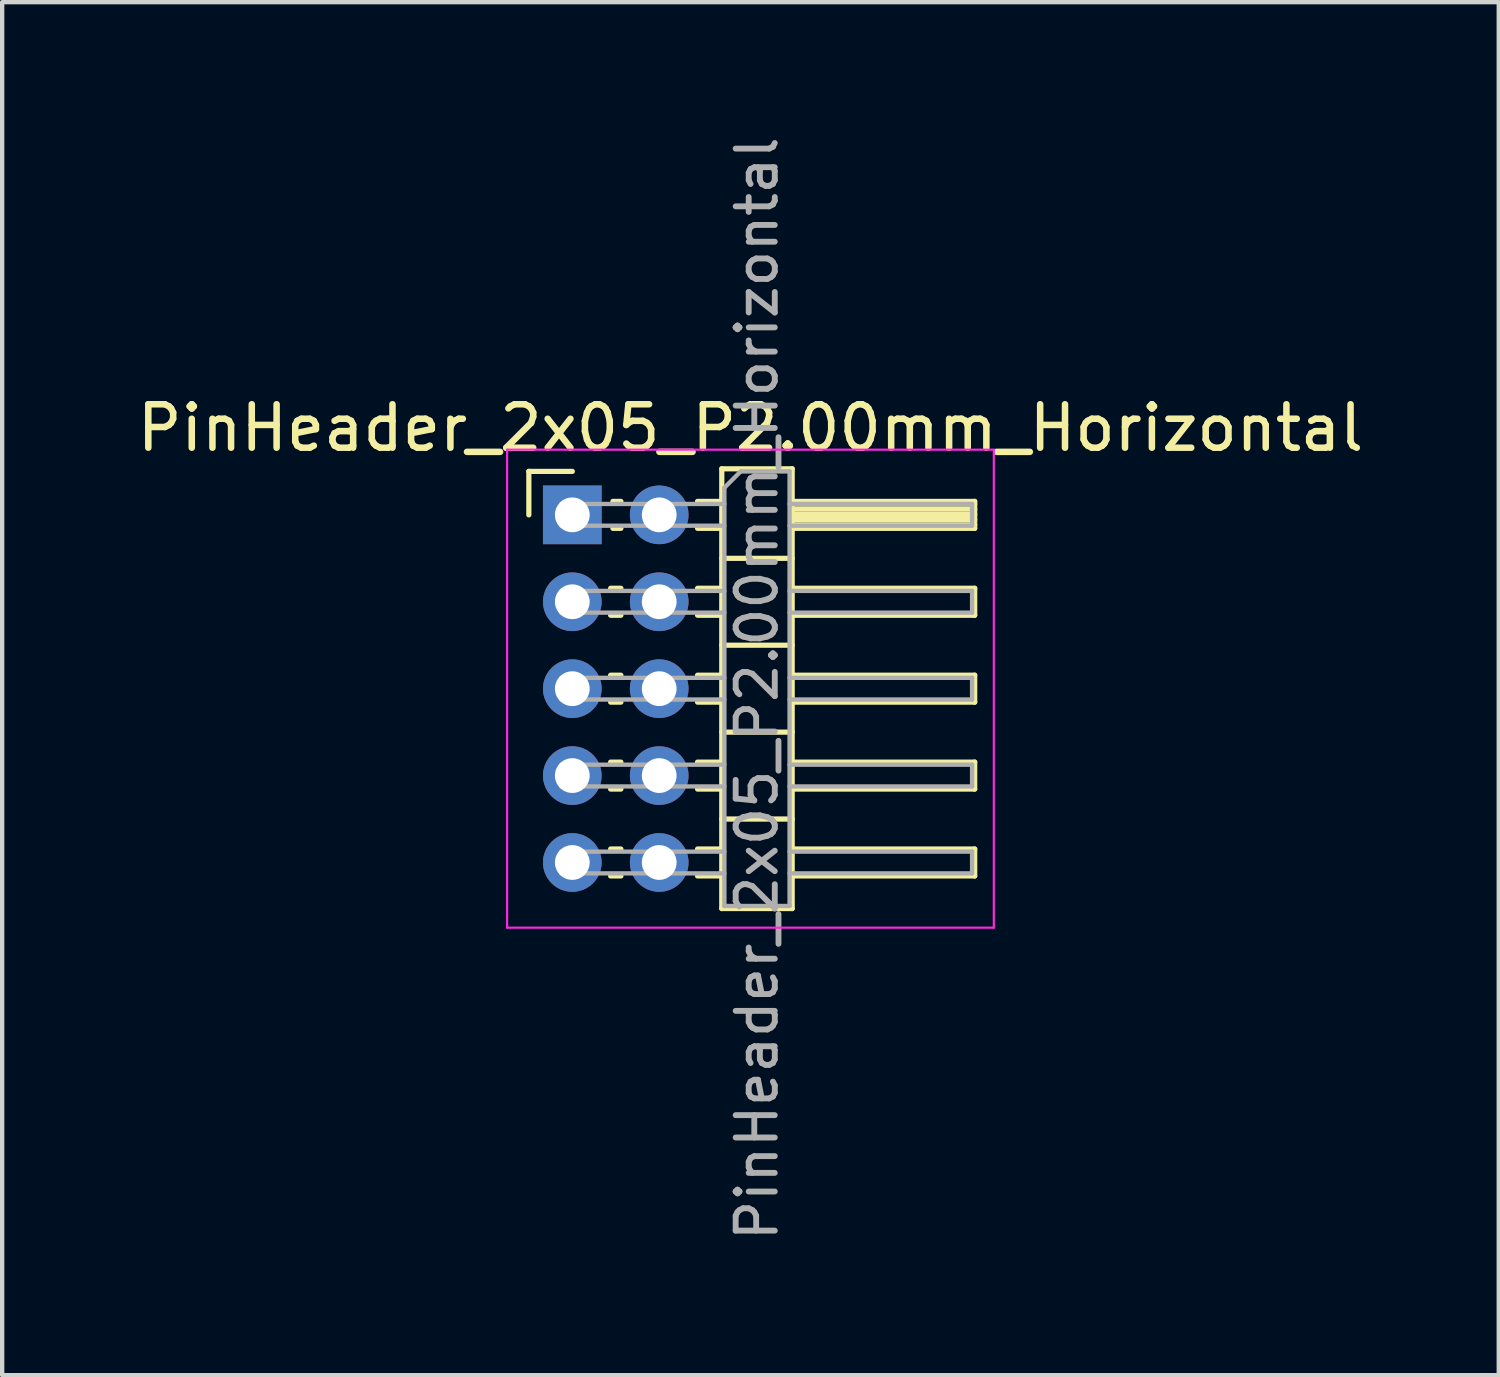
<source format=kicad_pcb>
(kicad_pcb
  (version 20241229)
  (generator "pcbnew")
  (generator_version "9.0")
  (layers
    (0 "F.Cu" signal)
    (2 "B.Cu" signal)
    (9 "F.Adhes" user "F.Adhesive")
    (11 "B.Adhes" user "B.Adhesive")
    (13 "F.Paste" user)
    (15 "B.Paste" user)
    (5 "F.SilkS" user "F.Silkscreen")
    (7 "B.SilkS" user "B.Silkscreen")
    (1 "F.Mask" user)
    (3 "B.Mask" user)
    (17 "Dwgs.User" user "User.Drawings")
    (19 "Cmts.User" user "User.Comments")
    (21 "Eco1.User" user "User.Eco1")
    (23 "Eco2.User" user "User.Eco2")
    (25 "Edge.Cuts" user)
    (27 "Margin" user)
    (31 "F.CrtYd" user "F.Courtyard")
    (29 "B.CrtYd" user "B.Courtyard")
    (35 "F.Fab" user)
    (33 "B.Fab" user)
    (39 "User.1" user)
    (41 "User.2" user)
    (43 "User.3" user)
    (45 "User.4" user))
  (footprint "PinHeader_2x05_P2.00mm_Horizontal"
    (layer "F.Cu")
    (at 10.12 8.798)
    (property "Reference" "PinHeader_2x05_P2.00mm_Horizontal" (at 4.1 -2 0) (layer "F.SilkS") (effects (font (size 1 1) (thickness 0.15))))
    (attr through_hole)
    (fp_line (start -1 -1) (end 0 -1) (stroke (width 0.12) (type solid)) (layer "F.SilkS"))
    (fp_line (start -1 0) (end -1 -1) (stroke (width 0.12) (type solid)) (layer "F.SilkS"))
    (fp_line (start 0.882 1.69) (end 1.118 1.69) (stroke (width 0.12) (type solid)) (layer "F.SilkS"))
    (fp_line (start 0.882 2.31) (end 1.118 2.31) (stroke (width 0.12) (type solid)) (layer "F.SilkS"))
    (fp_line (start 0.882 3.69) (end 1.118 3.69) (stroke (width 0.12) (type solid)) (layer "F.SilkS"))
    (fp_line (start 0.882 4.31) (end 1.118 4.31) (stroke (width 0.12) (type solid)) (layer "F.SilkS"))
    (fp_line (start 0.882 5.69) (end 1.118 5.69) (stroke (width 0.12) (type solid)) (layer "F.SilkS"))
    (fp_line (start 0.882 6.31) (end 1.118 6.31) (stroke (width 0.12) (type solid)) (layer "F.SilkS"))
    (fp_line (start 0.882 7.69) (end 1.118 7.69) (stroke (width 0.12) (type solid)) (layer "F.SilkS"))
    (fp_line (start 0.882 8.31) (end 1.118 8.31) (stroke (width 0.12) (type solid)) (layer "F.SilkS"))
    (fp_line (start 0.935 -0.31) (end 1.118 -0.31) (stroke (width 0.12) (type solid)) (layer "F.SilkS"))
    (fp_line (start 0.935 0.31) (end 1.118 0.31) (stroke (width 0.12) (type solid)) (layer "F.SilkS"))
    (fp_line (start 2.882 -0.31) (end 3.44 -0.31) (stroke (width 0.12) (type solid)) (layer "F.SilkS"))
    (fp_line (start 2.882 0.31) (end 3.44 0.31) (stroke (width 0.12) (type solid)) (layer "F.SilkS"))
    (fp_line (start 2.882 1.69) (end 3.44 1.69) (stroke (width 0.12) (type solid)) (layer "F.SilkS"))
    (fp_line (start 2.882 2.31) (end 3.44 2.31) (stroke (width 0.12) (type solid)) (layer "F.SilkS"))
    (fp_line (start 2.882 3.69) (end 3.44 3.69) (stroke (width 0.12) (type solid)) (layer "F.SilkS"))
    (fp_line (start 2.882 4.31) (end 3.44 4.31) (stroke (width 0.12) (type solid)) (layer "F.SilkS"))
    (fp_line (start 2.882 5.69) (end 3.44 5.69) (stroke (width 0.12) (type solid)) (layer "F.SilkS"))
    (fp_line (start 2.882 6.31) (end 3.44 6.31) (stroke (width 0.12) (type solid)) (layer "F.SilkS"))
    (fp_line (start 2.882 7.69) (end 3.44 7.69) (stroke (width 0.12) (type solid)) (layer "F.SilkS"))
    (fp_line (start 2.882 8.31) (end 3.44 8.31) (stroke (width 0.12) (type solid)) (layer "F.SilkS"))
    (fp_line (start 3.44 -1.06) (end 3.44 9.06) (stroke (width 0.12) (type solid)) (layer "F.SilkS"))
    (fp_line (start 3.44 1) (end 5.06 1) (stroke (width 0.12) (type solid)) (layer "F.SilkS"))
    (fp_line (start 3.44 3) (end 5.06 3) (stroke (width 0.12) (type solid)) (layer "F.SilkS"))
    (fp_line (start 3.44 5) (end 5.06 5) (stroke (width 0.12) (type solid)) (layer "F.SilkS"))
    (fp_line (start 3.44 7) (end 5.06 7) (stroke (width 0.12) (type solid)) (layer "F.SilkS"))
    (fp_line (start 3.44 9.06) (end 5.06 9.06) (stroke (width 0.12) (type solid)) (layer "F.SilkS"))
    (fp_line (start 5.06 -1.06) (end 3.44 -1.06) (stroke (width 0.12) (type solid)) (layer "F.SilkS"))
    (fp_line (start 5.06 -0.31) (end 9.26 -0.31) (stroke (width 0.12) (type solid)) (layer "F.SilkS"))
    (fp_line (start 5.06 -0.25) (end 9.26 -0.25) (stroke (width 0.12) (type solid)) (layer "F.SilkS"))
    (fp_line (start 5.06 -0.13) (end 9.26 -0.13) (stroke (width 0.12) (type solid)) (layer "F.SilkS"))
    (fp_line (start 5.06 -0.01) (end 9.26 -0.01) (stroke (width 0.12) (type solid)) (layer "F.SilkS"))
    (fp_line (start 5.06 0.11) (end 9.26 0.11) (stroke (width 0.12) (type solid)) (layer "F.SilkS"))
    (fp_line (start 5.06 0.23) (end 9.26 0.23) (stroke (width 0.12) (type solid)) (layer "F.SilkS"))
    (fp_line (start 5.06 1.69) (end 9.26 1.69) (stroke (width 0.12) (type solid)) (layer "F.SilkS"))
    (fp_line (start 5.06 3.69) (end 9.26 3.69) (stroke (width 0.12) (type solid)) (layer "F.SilkS"))
    (fp_line (start 5.06 5.69) (end 9.26 5.69) (stroke (width 0.12) (type solid)) (layer "F.SilkS"))
    (fp_line (start 5.06 7.69) (end 9.26 7.69) (stroke (width 0.12) (type solid)) (layer "F.SilkS"))
    (fp_line (start 5.06 9.06) (end 5.06 -1.06) (stroke (width 0.12) (type solid)) (layer "F.SilkS"))
    (fp_line (start 9.26 -0.31) (end 9.26 0.31) (stroke (width 0.12) (type solid)) (layer "F.SilkS"))
    (fp_line (start 9.26 0.31) (end 5.06 0.31) (stroke (width 0.12) (type solid)) (layer "F.SilkS"))
    (fp_line (start 9.26 1.69) (end 9.26 2.31) (stroke (width 0.12) (type solid)) (layer "F.SilkS"))
    (fp_line (start 9.26 2.31) (end 5.06 2.31) (stroke (width 0.12) (type solid)) (layer "F.SilkS"))
    (fp_line (start 9.26 3.69) (end 9.26 4.31) (stroke (width 0.12) (type solid)) (layer "F.SilkS"))
    (fp_line (start 9.26 4.31) (end 5.06 4.31) (stroke (width 0.12) (type solid)) (layer "F.SilkS"))
    (fp_line (start 9.26 5.69) (end 9.26 6.31) (stroke (width 0.12) (type solid)) (layer "F.SilkS"))
    (fp_line (start 9.26 6.31) (end 5.06 6.31) (stroke (width 0.12) (type solid)) (layer "F.SilkS"))
    (fp_line (start 9.26 7.69) (end 9.26 8.31) (stroke (width 0.12) (type solid)) (layer "F.SilkS"))
    (fp_line (start 9.26 8.31) (end 5.06 8.31) (stroke (width 0.12) (type solid)) (layer "F.SilkS"))
    (fp_line (start -1.5 -1.5) (end -1.5 9.5) (stroke (width 0.05) (type solid)) (layer "F.CrtYd"))
    (fp_line (start -1.5 9.5) (end 9.7 9.5) (stroke (width 0.05) (type solid)) (layer "F.CrtYd"))
    (fp_line (start 9.7 -1.5) (end -1.5 -1.5) (stroke (width 0.05) (type solid)) (layer "F.CrtYd"))
    (fp_line (start 9.7 9.5) (end 9.7 -1.5) (stroke (width 0.05) (type solid)) (layer "F.CrtYd"))
    (fp_line (start -0.25 -0.25) (end -0.25 0.25) (stroke (width 0.1) (type solid)) (layer "F.Fab"))
    (fp_line (start -0.25 -0.25) (end 3.5 -0.25) (stroke (width 0.1) (type solid)) (layer "F.Fab"))
    (fp_line (start -0.25 0.25) (end 3.5 0.25) (stroke (width 0.1) (type solid)) (layer "F.Fab"))
    (fp_line (start -0.25 1.75) (end -0.25 2.25) (stroke (width 0.1) (type solid)) (layer "F.Fab"))
    (fp_line (start -0.25 1.75) (end 3.5 1.75) (stroke (width 0.1) (type solid)) (layer "F.Fab"))
    (fp_line (start -0.25 2.25) (end 3.5 2.25) (stroke (width 0.1) (type solid)) (layer "F.Fab"))
    (fp_line (start -0.25 3.75) (end -0.25 4.25) (stroke (width 0.1) (type solid)) (layer "F.Fab"))
    (fp_line (start -0.25 3.75) (end 3.5 3.75) (stroke (width 0.1) (type solid)) (layer "F.Fab"))
    (fp_line (start -0.25 4.25) (end 3.5 4.25) (stroke (width 0.1) (type solid)) (layer "F.Fab"))
    (fp_line (start -0.25 5.75) (end -0.25 6.25) (stroke (width 0.1) (type solid)) (layer "F.Fab"))
    (fp_line (start -0.25 5.75) (end 3.5 5.75) (stroke (width 0.1) (type solid)) (layer "F.Fab"))
    (fp_line (start -0.25 6.25) (end 3.5 6.25) (stroke (width 0.1) (type solid)) (layer "F.Fab"))
    (fp_line (start -0.25 7.75) (end -0.25 8.25) (stroke (width 0.1) (type solid)) (layer "F.Fab"))
    (fp_line (start -0.25 7.75) (end 3.5 7.75) (stroke (width 0.1) (type solid)) (layer "F.Fab"))
    (fp_line (start -0.25 8.25) (end 3.5 8.25) (stroke (width 0.1) (type solid)) (layer "F.Fab"))
    (fp_line (start 3.5 -0.625) (end 3.875 -1) (stroke (width 0.1) (type solid)) (layer "F.Fab"))
    (fp_line (start 3.5 9) (end 3.5 -0.625) (stroke (width 0.1) (type solid)) (layer "F.Fab"))
    (fp_line (start 3.875 -1) (end 5 -1) (stroke (width 0.1) (type solid)) (layer "F.Fab"))
    (fp_line (start 5 -1) (end 5 9) (stroke (width 0.1) (type solid)) (layer "F.Fab"))
    (fp_line (start 5 -0.25) (end 9.2 -0.25) (stroke (width 0.1) (type solid)) (layer "F.Fab"))
    (fp_line (start 5 0.25) (end 9.2 0.25) (stroke (width 0.1) (type solid)) (layer "F.Fab"))
    (fp_line (start 5 1.75) (end 9.2 1.75) (stroke (width 0.1) (type solid)) (layer "F.Fab"))
    (fp_line (start 5 2.25) (end 9.2 2.25) (stroke (width 0.1) (type solid)) (layer "F.Fab"))
    (fp_line (start 5 3.75) (end 9.2 3.75) (stroke (width 0.1) (type solid)) (layer "F.Fab"))
    (fp_line (start 5 4.25) (end 9.2 4.25) (stroke (width 0.1) (type solid)) (layer "F.Fab"))
    (fp_line (start 5 5.75) (end 9.2 5.75) (stroke (width 0.1) (type solid)) (layer "F.Fab"))
    (fp_line (start 5 6.25) (end 9.2 6.25) (stroke (width 0.1) (type solid)) (layer "F.Fab"))
    (fp_line (start 5 7.75) (end 9.2 7.75) (stroke (width 0.1) (type solid)) (layer "F.Fab"))
    (fp_line (start 5 8.25) (end 9.2 8.25) (stroke (width 0.1) (type solid)) (layer "F.Fab"))
    (fp_line (start 5 9) (end 3.5 9) (stroke (width 0.1) (type solid)) (layer "F.Fab"))
    (fp_line (start 9.2 -0.25) (end 9.2 0.25) (stroke (width 0.1) (type solid)) (layer "F.Fab"))
    (fp_line (start 9.2 1.75) (end 9.2 2.25) (stroke (width 0.1) (type solid)) (layer "F.Fab"))
    (fp_line (start 9.2 3.75) (end 9.2 4.25) (stroke (width 0.1) (type solid)) (layer "F.Fab"))
    (fp_line (start 9.2 5.75) (end 9.2 6.25) (stroke (width 0.1) (type solid)) (layer "F.Fab"))
    (fp_line (start 9.2 7.75) (end 9.2 8.25) (stroke (width 0.1) (type solid)) (layer "F.Fab"))
    (fp_text user "${REFERENCE}" (at 4.25 4 90) (layer "F.Fab") (effects (font (size 0.9 0.9) (thickness 0.135))))
    (pad "1" thru_hole rect (at 0 0) (size 1.35 1.35) (drill 0.8) (layers "*.Cu" "*.Mask"))
    (pad "2" thru_hole oval (at 2 0) (size 1.35 1.35) (drill 0.8) (layers "*.Cu" "*.Mask"))
    (pad "3" thru_hole oval (at 0 2) (size 1.35 1.35) (drill 0.8) (layers "*.Cu" "*.Mask"))
    (pad "4" thru_hole oval (at 2 2) (size 1.35 1.35) (drill 0.8) (layers "*.Cu" "*.Mask"))
    (pad "5" thru_hole oval (at 0 4) (size 1.35 1.35) (drill 0.8) (layers "*.Cu" "*.Mask"))
    (pad "6" thru_hole oval (at 2 4) (size 1.35 1.35) (drill 0.8) (layers "*.Cu" "*.Mask"))
    (pad "7" thru_hole oval (at 0 6) (size 1.35 1.35) (drill 0.8) (layers "*.Cu" "*.Mask"))
    (pad "8" thru_hole oval (at 2 6) (size 1.35 1.35) (drill 0.8) (layers "*.Cu" "*.Mask"))
    (pad "9" thru_hole oval (at 0 8) (size 1.35 1.35) (drill 0.8) (layers "*.Cu" "*.Mask"))
    (pad "10" thru_hole oval (at 2 8) (size 1.35 1.35) (drill 0.8) (layers "*.Cu" "*.Mask")))
  (gr_rect
    (start -3 -3)
    (end 31.44 28.596)
    (stroke (width 0.1) (type default))
    (fill no)
    (layer "Edge.Cuts")))
</source>
